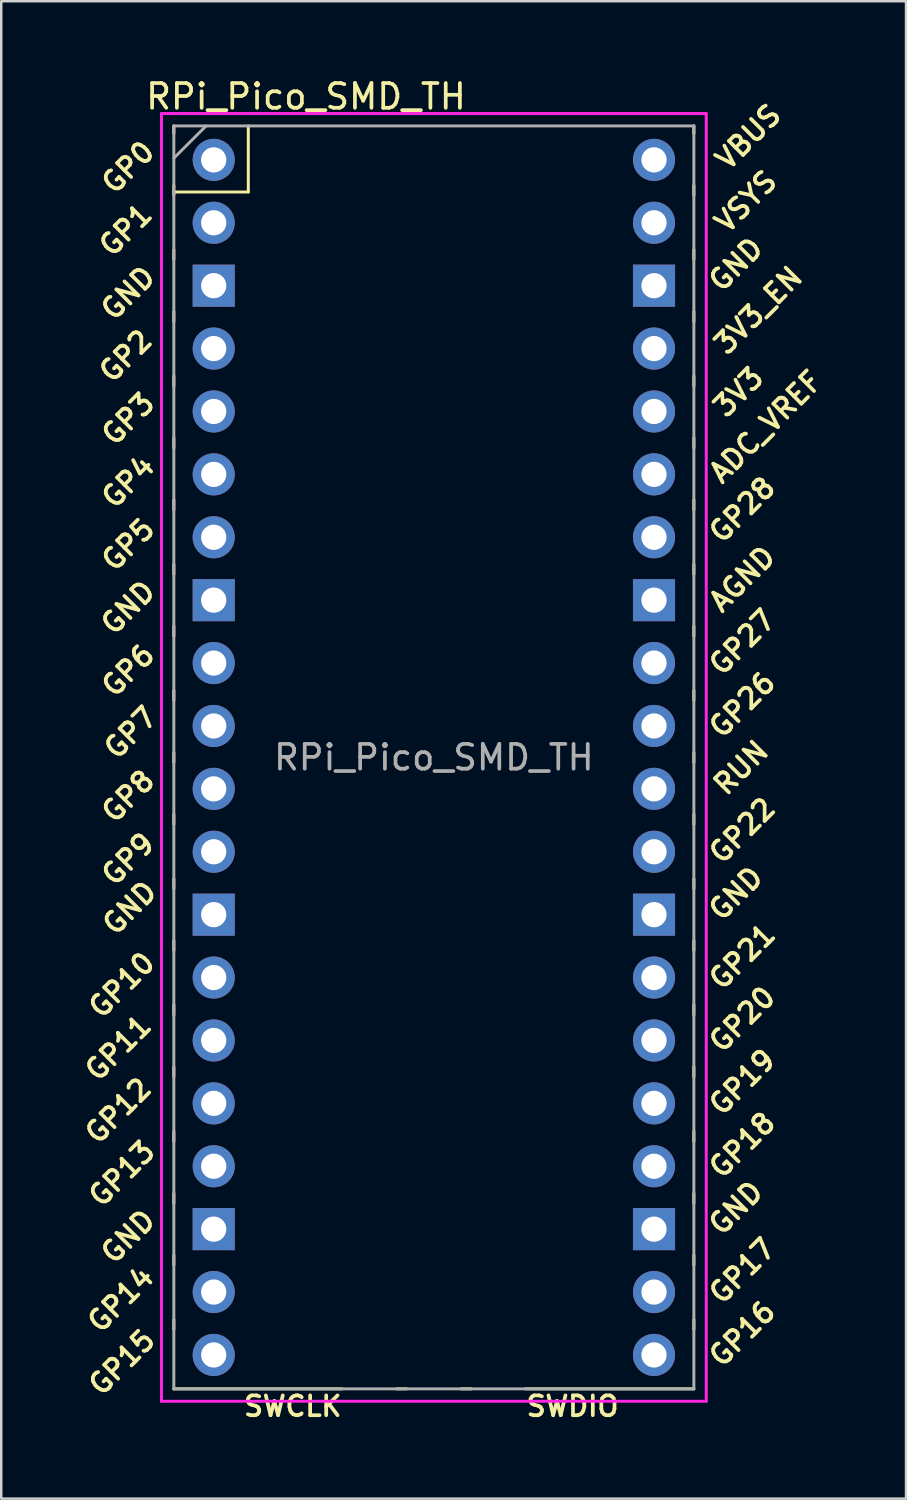
<source format=kicad_pcb>
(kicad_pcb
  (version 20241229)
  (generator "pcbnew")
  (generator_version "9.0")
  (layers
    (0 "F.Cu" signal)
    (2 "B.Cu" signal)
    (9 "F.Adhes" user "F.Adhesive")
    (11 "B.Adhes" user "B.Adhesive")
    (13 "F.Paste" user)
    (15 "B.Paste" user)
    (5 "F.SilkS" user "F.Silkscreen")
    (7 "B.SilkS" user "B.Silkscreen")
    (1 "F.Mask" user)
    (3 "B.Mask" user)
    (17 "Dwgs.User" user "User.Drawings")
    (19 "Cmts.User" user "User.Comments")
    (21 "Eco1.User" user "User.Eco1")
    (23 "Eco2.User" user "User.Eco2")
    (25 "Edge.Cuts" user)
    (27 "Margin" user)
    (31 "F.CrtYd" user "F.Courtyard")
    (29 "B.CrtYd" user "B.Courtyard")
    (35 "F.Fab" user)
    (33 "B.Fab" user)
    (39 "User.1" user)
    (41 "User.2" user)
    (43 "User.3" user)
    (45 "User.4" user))
  (footprint "RPi_Pico_SMD_TH"
    (layer "F.Cu")
    (at 14.47 27.536)
    (property "Reference" "RPi_Pico_SMD_TH" (at -5.163 -26.688 0) (layer "F.SilkS") (effects (font (size 1 1) (thickness 0.15))))
    (attr through_hole)
    (fp_line (start -10.5 -25.5) (end -10.5 -25.2) (stroke (width 0.12) (type solid)) (layer "F.SilkS"))
    (fp_line (start -10.5 -23.1) (end -10.5 -22.7) (stroke (width 0.12) (type solid)) (layer "F.SilkS"))
    (fp_line (start -10.5 -22.833) (end -7.493 -22.833) (stroke (width 0.12) (type solid)) (layer "F.SilkS"))
    (fp_line (start -10.5 -20.5) (end -10.5 -20.1) (stroke (width 0.12) (type solid)) (layer "F.SilkS"))
    (fp_line (start -10.5 -18) (end -10.5 -17.6) (stroke (width 0.12) (type solid)) (layer "F.SilkS"))
    (fp_line (start -10.5 -15.4) (end -10.5 -15) (stroke (width 0.12) (type solid)) (layer "F.SilkS"))
    (fp_line (start -10.5 -12.9) (end -10.5 -12.5) (stroke (width 0.12) (type solid)) (layer "F.SilkS"))
    (fp_line (start -10.5 -10.4) (end -10.5 -10) (stroke (width 0.12) (type solid)) (layer "F.SilkS"))
    (fp_line (start -10.5 -7.8) (end -10.5 -7.4) (stroke (width 0.12) (type solid)) (layer "F.SilkS"))
    (fp_line (start -10.5 -5.3) (end -10.5 -4.9) (stroke (width 0.12) (type solid)) (layer "F.SilkS"))
    (fp_line (start -10.5 -2.7) (end -10.5 -2.3) (stroke (width 0.12) (type solid)) (layer "F.SilkS"))
    (fp_line (start -10.5 -0.2) (end -10.5 0.2) (stroke (width 0.12) (type solid)) (layer "F.SilkS"))
    (fp_line (start -10.5 2.3) (end -10.5 2.7) (stroke (width 0.12) (type solid)) (layer "F.SilkS"))
    (fp_line (start -10.5 4.9) (end -10.5 5.3) (stroke (width 0.12) (type solid)) (layer "F.SilkS"))
    (fp_line (start -10.5 7.4) (end -10.5 7.8) (stroke (width 0.12) (type solid)) (layer "F.SilkS"))
    (fp_line (start -10.5 10) (end -10.5 10.4) (stroke (width 0.12) (type solid)) (layer "F.SilkS"))
    (fp_line (start -10.5 12.5) (end -10.5 12.9) (stroke (width 0.12) (type solid)) (layer "F.SilkS"))
    (fp_line (start -10.5 15.1) (end -10.5 15.5) (stroke (width 0.12) (type solid)) (layer "F.SilkS"))
    (fp_line (start -10.5 17.6) (end -10.5 18) (stroke (width 0.12) (type solid)) (layer "F.SilkS"))
    (fp_line (start -10.5 20.1) (end -10.5 20.5) (stroke (width 0.12) (type solid)) (layer "F.SilkS"))
    (fp_line (start -10.5 22.7) (end -10.5 23.1) (stroke (width 0.12) (type solid)) (layer "F.SilkS"))
    (fp_line (start -7.493 -22.833) (end -7.493 -25.5) (stroke (width 0.12) (type solid)) (layer "F.SilkS"))
    (fp_line (start -3.7 25.5) (end -10.5 25.5) (stroke (width 0.12) (type solid)) (layer "F.SilkS"))
    (fp_line (start -1.5 25.5) (end -1.1 25.5) (stroke (width 0.12) (type solid)) (layer "F.SilkS"))
    (fp_line (start 1.1 25.5) (end 1.5 25.5) (stroke (width 0.12) (type solid)) (layer "F.SilkS"))
    (fp_line (start 10.5 -25.5) (end 10.5 -25.2) (stroke (width 0.12) (type solid)) (layer "F.SilkS"))
    (fp_line (start 10.5 -23.1) (end 10.5 -22.7) (stroke (width 0.12) (type solid)) (layer "F.SilkS"))
    (fp_line (start 10.5 -20.5) (end 10.5 -20.1) (stroke (width 0.12) (type solid)) (layer "F.SilkS"))
    (fp_line (start 10.5 -18) (end 10.5 -17.6) (stroke (width 0.12) (type solid)) (layer "F.SilkS"))
    (fp_line (start 10.5 -15.4) (end 10.5 -15) (stroke (width 0.12) (type solid)) (layer "F.SilkS"))
    (fp_line (start 10.5 -12.9) (end 10.5 -12.5) (stroke (width 0.12) (type solid)) (layer "F.SilkS"))
    (fp_line (start 10.5 -10.4) (end 10.5 -10) (stroke (width 0.12) (type solid)) (layer "F.SilkS"))
    (fp_line (start 10.5 -7.8) (end 10.5 -7.4) (stroke (width 0.12) (type solid)) (layer "F.SilkS"))
    (fp_line (start 10.5 -5.3) (end 10.5 -4.9) (stroke (width 0.12) (type solid)) (layer "F.SilkS"))
    (fp_line (start 10.5 -2.7) (end 10.5 -2.3) (stroke (width 0.12) (type solid)) (layer "F.SilkS"))
    (fp_line (start 10.5 -0.2) (end 10.5 0.2) (stroke (width 0.12) (type solid)) (layer "F.SilkS"))
    (fp_line (start 10.5 2.3) (end 10.5 2.7) (stroke (width 0.12) (type solid)) (layer "F.SilkS"))
    (fp_line (start 10.5 4.9) (end 10.5 5.3) (stroke (width 0.12) (type solid)) (layer "F.SilkS"))
    (fp_line (start 10.5 7.4) (end 10.5 7.8) (stroke (width 0.12) (type solid)) (layer "F.SilkS"))
    (fp_line (start 10.5 10) (end 10.5 10.4) (stroke (width 0.12) (type solid)) (layer "F.SilkS"))
    (fp_line (start 10.5 12.5) (end 10.5 12.9) (stroke (width 0.12) (type solid)) (layer "F.SilkS"))
    (fp_line (start 10.5 15.1) (end 10.5 15.5) (stroke (width 0.12) (type solid)) (layer "F.SilkS"))
    (fp_line (start 10.5 17.6) (end 10.5 18) (stroke (width 0.12) (type solid)) (layer "F.SilkS"))
    (fp_line (start 10.5 20.1) (end 10.5 20.5) (stroke (width 0.12) (type solid)) (layer "F.SilkS"))
    (fp_line (start 10.5 22.7) (end 10.5 23.1) (stroke (width 0.12) (type solid)) (layer "F.SilkS"))
    (fp_line (start 10.5 25.5) (end 3.7 25.5) (stroke (width 0.12) (type solid)) (layer "F.SilkS"))
    (fp_line (start -11 -26) (end 11 -26) (stroke (width 0.12) (type solid)) (layer "F.CrtYd"))
    (fp_line (start -11 26) (end -11 -26) (stroke (width 0.12) (type solid)) (layer "F.CrtYd"))
    (fp_line (start 11 -26) (end 11 26) (stroke (width 0.12) (type solid)) (layer "F.CrtYd"))
    (fp_line (start 11 26) (end -11 26) (stroke (width 0.12) (type solid)) (layer "F.CrtYd"))
    (fp_line (start -10.5 -25.5) (end 10.5 -25.5) (stroke (width 0.12) (type solid)) (layer "F.Fab"))
    (fp_line (start -10.5 -24.2) (end -9.2 -25.5) (stroke (width 0.12) (type solid)) (layer "F.Fab"))
    (fp_line (start -10.5 25.5) (end -10.5 -25.5) (stroke (width 0.12) (type solid)) (layer "F.Fab"))
    (fp_line (start 10.5 -25.5) (end 10.5 25.5) (stroke (width 0.12) (type solid)) (layer "F.Fab"))
    (fp_line (start 10.5 25.5) (end -10.5 25.5) (stroke (width 0.12) (type solid)) (layer "F.Fab"))
    (fp_text user "GND" (at -12.346 19.35 45) (layer "F.SilkS") (effects (font (size 0.8 0.8) (thickness 0.15))))
    (fp_text user "GP13" (at -12.6 16.81 45) (layer "F.SilkS") (effects (font (size 0.8 0.8) (thickness 0.15))))
    (fp_text user "GP18" (at 12.454 15.654 45) (layer "F.SilkS") (effects (font (size 0.8 0.8) (thickness 0.15))))
    (fp_text user "GND" (at -12.283 6.078 45) (layer "F.SilkS") (effects (font (size 0.8 0.8) (thickness 0.15))))
    (fp_text user "GP14" (at -12.646 21.89 45) (layer "F.SilkS") (effects (font (size 0.8 0.8) (thickness 0.15))))
    (fp_text user "GP4" (at -12.346 -11.13 45) (layer "F.SilkS") (effects (font (size 0.8 0.8) (thickness 0.15))))
    (fp_text user "VBUS" (at 12.7 -25.056 45) (layer "F.SilkS") (effects (font (size 0.8 0.8) (thickness 0.15))))
    (fp_text user "GP28" (at 12.454 -10 45) (layer "F.SilkS") (effects (font (size 0.8 0.8) (thickness 0.15))))
    (fp_text user "GP16" (at 12.454 23.274 45) (layer "F.SilkS") (effects (font (size 0.8 0.8) (thickness 0.15))))
    (fp_text user "RUN" (at 12.4 0.414 45) (layer "F.SilkS") (effects (font (size 0.8 0.8) (thickness 0.15))))
    (fp_text user "GP3" (at -12.346 -13.67 45) (layer "F.SilkS") (effects (font (size 0.8 0.8) (thickness 0.15))))
    (fp_text user "GP7" (at -12.246 -1 45) (layer "F.SilkS") (effects (font (size 0.8 0.8) (thickness 0.15))))
    (fp_text user "GP15" (at -12.6 24.43 45) (layer "F.SilkS") (effects (font (size 0.8 0.8) (thickness 0.15))))
    (fp_text user "GP0" (at -12.346 -23.83 45) (layer "F.SilkS") (effects (font (size 0.8 0.8) (thickness 0.15))))
    (fp_text user "SWDIO" (at 5.6 26.2 0) (layer "F.SilkS") (effects (font (size 0.8 0.8) (thickness 0.15))))
    (fp_text user "GND" (at -12.346 -6.05 45) (layer "F.SilkS") (effects (font (size 0.8 0.8) (thickness 0.15))))
    (fp_text user "GP26" (at 12.454 -2.126 45) (layer "F.SilkS") (effects (font (size 0.8 0.8) (thickness 0.15))))
    (fp_text user "GP9" (at -12.346 4.11 45) (layer "F.SilkS") (effects (font (size 0.8 0.8) (thickness 0.15))))
    (fp_text user "GP21" (at 12.454 8.044 45) (layer "F.SilkS") (effects (font (size 0.8 0.8) (thickness 0.15))))
    (fp_text user "GP27" (at 12.454 -4.656 45) (layer "F.SilkS") (effects (font (size 0.8 0.8) (thickness 0.15))))
    (fp_text user "GP1" (at -12.446 -21.3 45) (layer "F.SilkS") (effects (font (size 0.8 0.8) (thickness 0.15))))
    (fp_text user "ADC_VREF" (at 13.4 -13.356 45) (layer "F.SilkS") (effects (font (size 0.8 0.8) (thickness 0.15))))
    (fp_text user "VSYS" (at 12.6 -22.446 45) (layer "F.SilkS") (effects (font (size 0.8 0.8) (thickness 0.15))))
    (fp_text user "GP11" (at -12.746 11.73 45) (layer "F.SilkS") (effects (font (size 0.8 0.8) (thickness 0.15))))
    (fp_text user "GP22" (at 12.454 2.954 45) (layer "F.SilkS") (effects (font (size 0.8 0.8) (thickness 0.15))))
    (fp_text user "GP17" (at 12.454 20.734 45) (layer "F.SilkS") (effects (font (size 0.8 0.8) (thickness 0.15))))
    (fp_text user "GP5" (at -12.346 -8.59 45) (layer "F.SilkS") (effects (font (size 0.8 0.8) (thickness 0.15))))
    (fp_text user "GND" (at 12.2 18.194 45) (layer "F.SilkS") (effects (font (size 0.8 0.8) (thickness 0.15))))
    (fp_text user "AGND" (at 12.454 -7.206 45) (layer "F.SilkS") (effects (font (size 0.8 0.8) (thickness 0.15))))
    (fp_text user "GP2" (at -12.446 -16.21 45) (layer "F.SilkS") (effects (font (size 0.8 0.8) (thickness 0.15))))
    (fp_text user "GND" (at 12.2 -19.906 45) (layer "F.SilkS") (effects (font (size 0.8 0.8) (thickness 0.15))))
    (fp_text user "GP20" (at 12.454 10.574 45) (layer "F.SilkS") (effects (font (size 0.8 0.8) (thickness 0.15))))
    (fp_text user "GND" (at 12.2 5.494 45) (layer "F.SilkS") (effects (font (size 0.8 0.8) (thickness 0.15))))
    (fp_text user "SWCLK" (at -5.7 26.2 0) (layer "F.SilkS") (effects (font (size 0.8 0.8) (thickness 0.15))))
    (fp_text user "GP10" (at -12.6 9.19 45) (layer "F.SilkS") (effects (font (size 0.8 0.8) (thickness 0.15))))
    (fp_text user "GP12" (at -12.746 14.27 45) (layer "F.SilkS") (effects (font (size 0.8 0.8) (thickness 0.15))))
    (fp_text user "3V3" (at 12.3 -14.756 45) (layer "F.SilkS") (effects (font (size 0.8 0.8) (thickness 0.15))))
    (fp_text user "GND" (at -12.346 -18.75 45) (layer "F.SilkS") (effects (font (size 0.8 0.8) (thickness 0.15))))
    (fp_text user "3V3_EN" (at 13.1 -18.056 45) (layer "F.SilkS") (effects (font (size 0.8 0.8) (thickness 0.15))))
    (fp_text user "GP8" (at -12.346 1.57 45) (layer "F.SilkS") (effects (font (size 0.8 0.8) (thickness 0.15))))
    (fp_text user "GP6" (at -12.346 -3.51 45) (layer "F.SilkS") (effects (font (size 0.8 0.8) (thickness 0.15))))
    (fp_text user "GP19" (at 12.454 13.114 45) (layer "F.SilkS") (effects (font (size 0.8 0.8) (thickness 0.15))))
    (fp_text user "${REFERENCE}" (at 0 0 0) (layer "F.Fab") (effects (font (size 1 1) (thickness 0.15))))
    (pad "1" thru_hole oval (at -8.89 -24.13) (size 1.7 1.7) (drill 1.02) (layers "*.Cu" "*.Mask"))
    (pad "2" thru_hole oval (at -8.89 -21.59) (size 1.7 1.7) (drill 1.02) (layers "*.Cu" "*.Mask"))
    (pad "3" thru_hole rect (at -8.89 -19.05) (size 1.7 1.7) (drill 1.02) (layers "*.Cu" "*.Mask"))
    (pad "4" thru_hole oval (at -8.89 -16.51) (size 1.7 1.7) (drill 1.02) (layers "*.Cu" "*.Mask"))
    (pad "5" thru_hole oval (at -8.89 -13.97) (size 1.7 1.7) (drill 1.02) (layers "*.Cu" "*.Mask"))
    (pad "6" thru_hole oval (at -8.89 -11.43) (size 1.7 1.7) (drill 1.02) (layers "*.Cu" "*.Mask"))
    (pad "7" thru_hole oval (at -8.89 -8.89) (size 1.7 1.7) (drill 1.02) (layers "*.Cu" "*.Mask"))
    (pad "8" thru_hole rect (at -8.89 -6.35) (size 1.7 1.7) (drill 1.02) (layers "*.Cu" "*.Mask"))
    (pad "9" thru_hole oval (at -8.89 -3.81) (size 1.7 1.7) (drill 1.02) (layers "*.Cu" "*.Mask"))
    (pad "10" thru_hole oval (at -8.89 -1.27) (size 1.7 1.7) (drill 1.02) (layers "*.Cu" "*.Mask"))
    (pad "11" thru_hole oval (at -8.89 1.27) (size 1.7 1.7) (drill 1.02) (layers "*.Cu" "*.Mask"))
    (pad "12" thru_hole oval (at -8.89 3.81) (size 1.7 1.7) (drill 1.02) (layers "*.Cu" "*.Mask"))
    (pad "13" thru_hole rect (at -8.89 6.35) (size 1.7 1.7) (drill 1.02) (layers "*.Cu" "*.Mask"))
    (pad "14" thru_hole oval (at -8.89 8.89) (size 1.7 1.7) (drill 1.02) (layers "*.Cu" "*.Mask"))
    (pad "15" thru_hole oval (at -8.89 11.43) (size 1.7 1.7) (drill 1.02) (layers "*.Cu" "*.Mask"))
    (pad "16" thru_hole oval (at -8.89 13.97) (size 1.7 1.7) (drill 1.02) (layers "*.Cu" "*.Mask"))
    (pad "17" thru_hole oval (at -8.89 16.51) (size 1.7 1.7) (drill 1.02) (layers "*.Cu" "*.Mask"))
    (pad "18" thru_hole rect (at -8.89 19.05) (size 1.7 1.7) (drill 1.02) (layers "*.Cu" "*.Mask"))
    (pad "19" thru_hole oval (at -8.89 21.59) (size 1.7 1.7) (drill 1.02) (layers "*.Cu" "*.Mask"))
    (pad "20" thru_hole oval (at -8.89 24.13) (size 1.7 1.7) (drill 1.02) (layers "*.Cu" "*.Mask"))
    (pad "21" thru_hole oval (at 8.89 24.13) (size 1.7 1.7) (drill 1.02) (layers "*.Cu" "*.Mask"))
    (pad "22" thru_hole oval (at 8.89 21.59) (size 1.7 1.7) (drill 1.02) (layers "*.Cu" "*.Mask"))
    (pad "23" thru_hole rect (at 8.89 19.05) (size 1.7 1.7) (drill 1.02) (layers "*.Cu" "*.Mask"))
    (pad "24" thru_hole oval (at 8.89 16.51) (size 1.7 1.7) (drill 1.02) (layers "*.Cu" "*.Mask"))
    (pad "25" thru_hole oval (at 8.89 13.97) (size 1.7 1.7) (drill 1.02) (layers "*.Cu" "*.Mask"))
    (pad "26" thru_hole oval (at 8.89 11.43) (size 1.7 1.7) (drill 1.02) (layers "*.Cu" "*.Mask"))
    (pad "27" thru_hole oval (at 8.89 8.89) (size 1.7 1.7) (drill 1.02) (layers "*.Cu" "*.Mask"))
    (pad "28" thru_hole rect (at 8.89 6.35) (size 1.7 1.7) (drill 1.02) (layers "*.Cu" "*.Mask"))
    (pad "29" thru_hole oval (at 8.89 3.81) (size 1.7 1.7) (drill 1.02) (layers "*.Cu" "*.Mask"))
    (pad "30" thru_hole oval (at 8.89 1.27) (size 1.7 1.7) (drill 1.02) (layers "*.Cu" "*.Mask"))
    (pad "31" thru_hole oval (at 8.89 -1.27) (size 1.7 1.7) (drill 1.02) (layers "*.Cu" "*.Mask"))
    (pad "32" thru_hole oval (at 8.89 -3.81) (size 1.7 1.7) (drill 1.02) (layers "*.Cu" "*.Mask"))
    (pad "33" thru_hole rect (at 8.89 -6.35) (size 1.7 1.7) (drill 1.02) (layers "*.Cu" "*.Mask"))
    (pad "34" thru_hole oval (at 8.89 -8.89) (size 1.7 1.7) (drill 1.02) (layers "*.Cu" "*.Mask"))
    (pad "35" thru_hole oval (at 8.89 -11.43) (size 1.7 1.7) (drill 1.02) (layers "*.Cu" "*.Mask"))
    (pad "36" thru_hole oval (at 8.89 -13.97) (size 1.7 1.7) (drill 1.02) (layers "*.Cu" "*.Mask"))
    (pad "37" thru_hole oval (at 8.89 -16.51) (size 1.7 1.7) (drill 1.02) (layers "*.Cu" "*.Mask"))
    (pad "38" thru_hole rect (at 8.89 -19.05) (size 1.7 1.7) (drill 1.02) (layers "*.Cu" "*.Mask"))
    (pad "39" thru_hole oval (at 8.89 -21.59) (size 1.7 1.7) (drill 1.02) (layers "*.Cu" "*.Mask"))
    (pad "40" thru_hole oval (at 8.89 -24.13) (size 1.7 1.7) (drill 1.02) (layers "*.Cu" "*.Mask")))
  (gr_rect
    (start -3 -3)
    (end 33.537 57.468)
    (stroke (width 0.1) (type default))
    (fill no)
    (layer "Edge.Cuts")))
</source>
